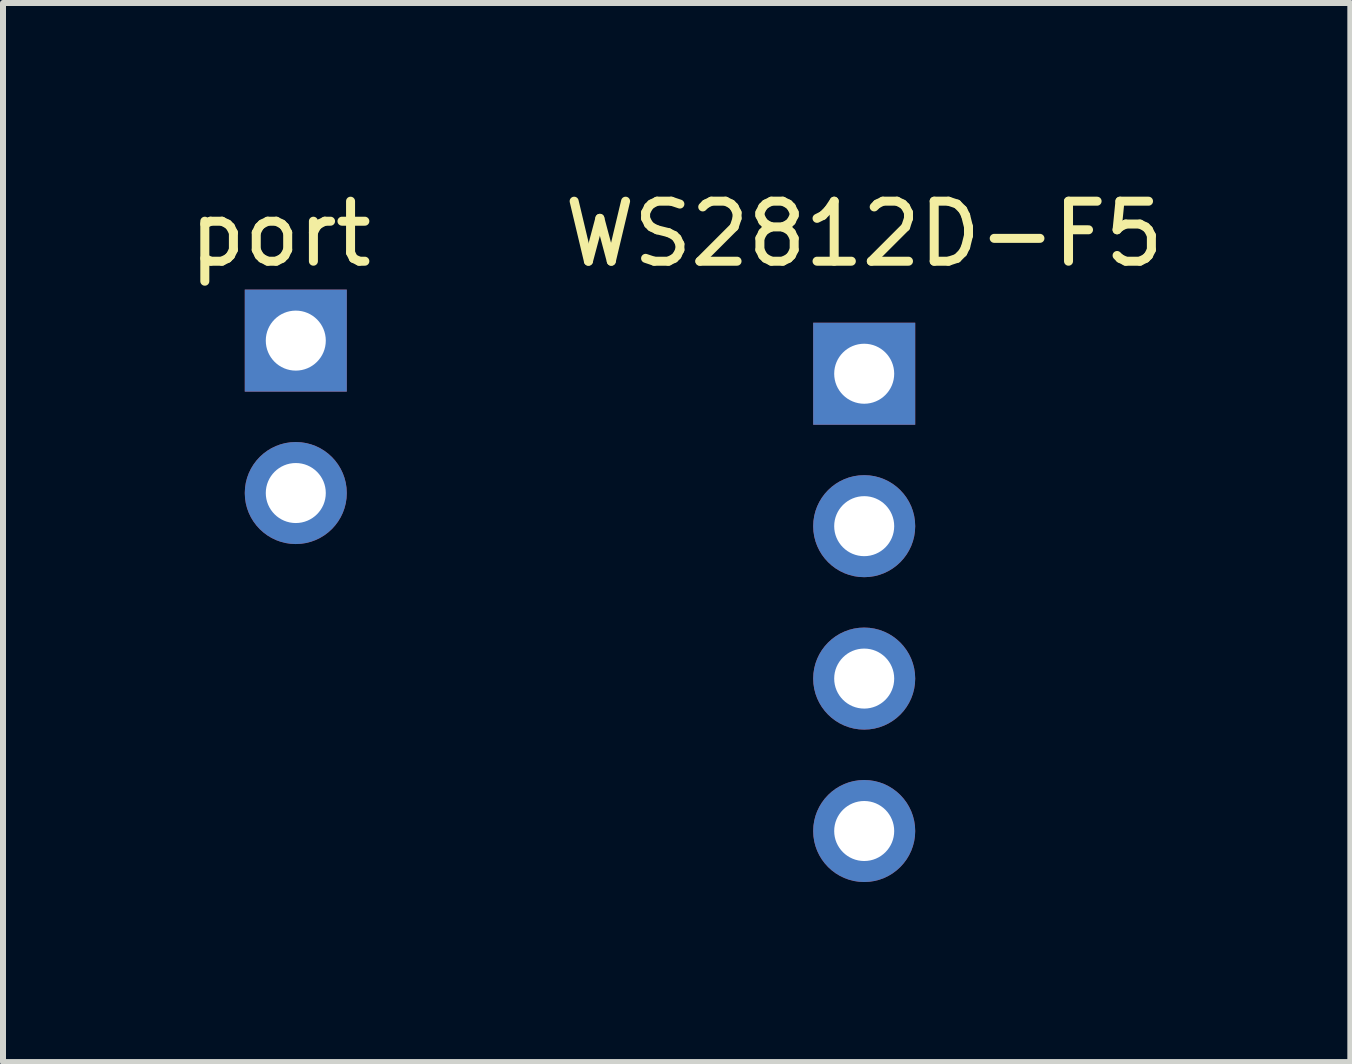
<source format=kicad_pcb>
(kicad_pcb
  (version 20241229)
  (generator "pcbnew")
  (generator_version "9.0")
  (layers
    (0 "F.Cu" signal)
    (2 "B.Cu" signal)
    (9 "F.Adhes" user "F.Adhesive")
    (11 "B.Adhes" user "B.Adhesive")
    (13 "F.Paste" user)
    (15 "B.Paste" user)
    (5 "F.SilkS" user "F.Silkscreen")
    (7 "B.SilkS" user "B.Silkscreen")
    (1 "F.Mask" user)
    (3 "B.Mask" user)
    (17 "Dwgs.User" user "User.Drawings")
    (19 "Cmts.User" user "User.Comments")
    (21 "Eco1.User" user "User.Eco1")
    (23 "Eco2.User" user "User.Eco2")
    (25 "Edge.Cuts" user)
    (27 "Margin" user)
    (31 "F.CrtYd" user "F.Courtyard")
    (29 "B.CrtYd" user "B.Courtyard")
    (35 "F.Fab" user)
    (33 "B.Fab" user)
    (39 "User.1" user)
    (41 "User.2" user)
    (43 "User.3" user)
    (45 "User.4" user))
  (footprint "WS2812D-F5"
    (layer "F.Cu")
    (at 11.351 3.178)
    (property "Reference" "WS2812D-F5" (at 0 -2.33 0) (layer "F.SilkS") (effects (font (size 1 1) (thickness 0.15))))
    (attr through_hole)
    (pad "1" thru_hole rect (at 0 0) (size 1.7 1.7) (drill 1) (layers "*.Cu" "*.Mask"))
    (pad "2" thru_hole oval (at 0 2.54) (size 1.7 1.7) (drill 1) (layers "*.Cu" "*.Mask"))
    (pad "3" thru_hole oval (at 0 5.08) (size 1.7 1.7) (drill 1) (layers "*.Cu" "*.Mask"))
    (pad "4" thru_hole oval (at 0 7.62) (size 1.7 1.7) (drill 1) (layers "*.Cu" "*.Mask")))
  (footprint "port"
    (layer "F.Cu")
    (at 1.879 2.626)
    (property "Reference" "port" (at -0.254 -1.778 0) (layer "F.SilkS") (effects (font (size 1 1) (thickness 0.15))))
    (attr through_hole)
    (pad "1" thru_hole rect (at 0 0) (size 1.7 1.7) (drill 1) (layers "*.Cu" "*.Mask"))
    (pad "2" thru_hole oval (at 0 2.54) (size 1.7 1.7) (drill 1) (layers "*.Cu" "*.Mask")))
  (gr_rect
    (start -3 -3)
    (end 19.452 14.648)
    (stroke (width 0.1) (type default))
    (fill no)
    (layer "Edge.Cuts")))
</source>
